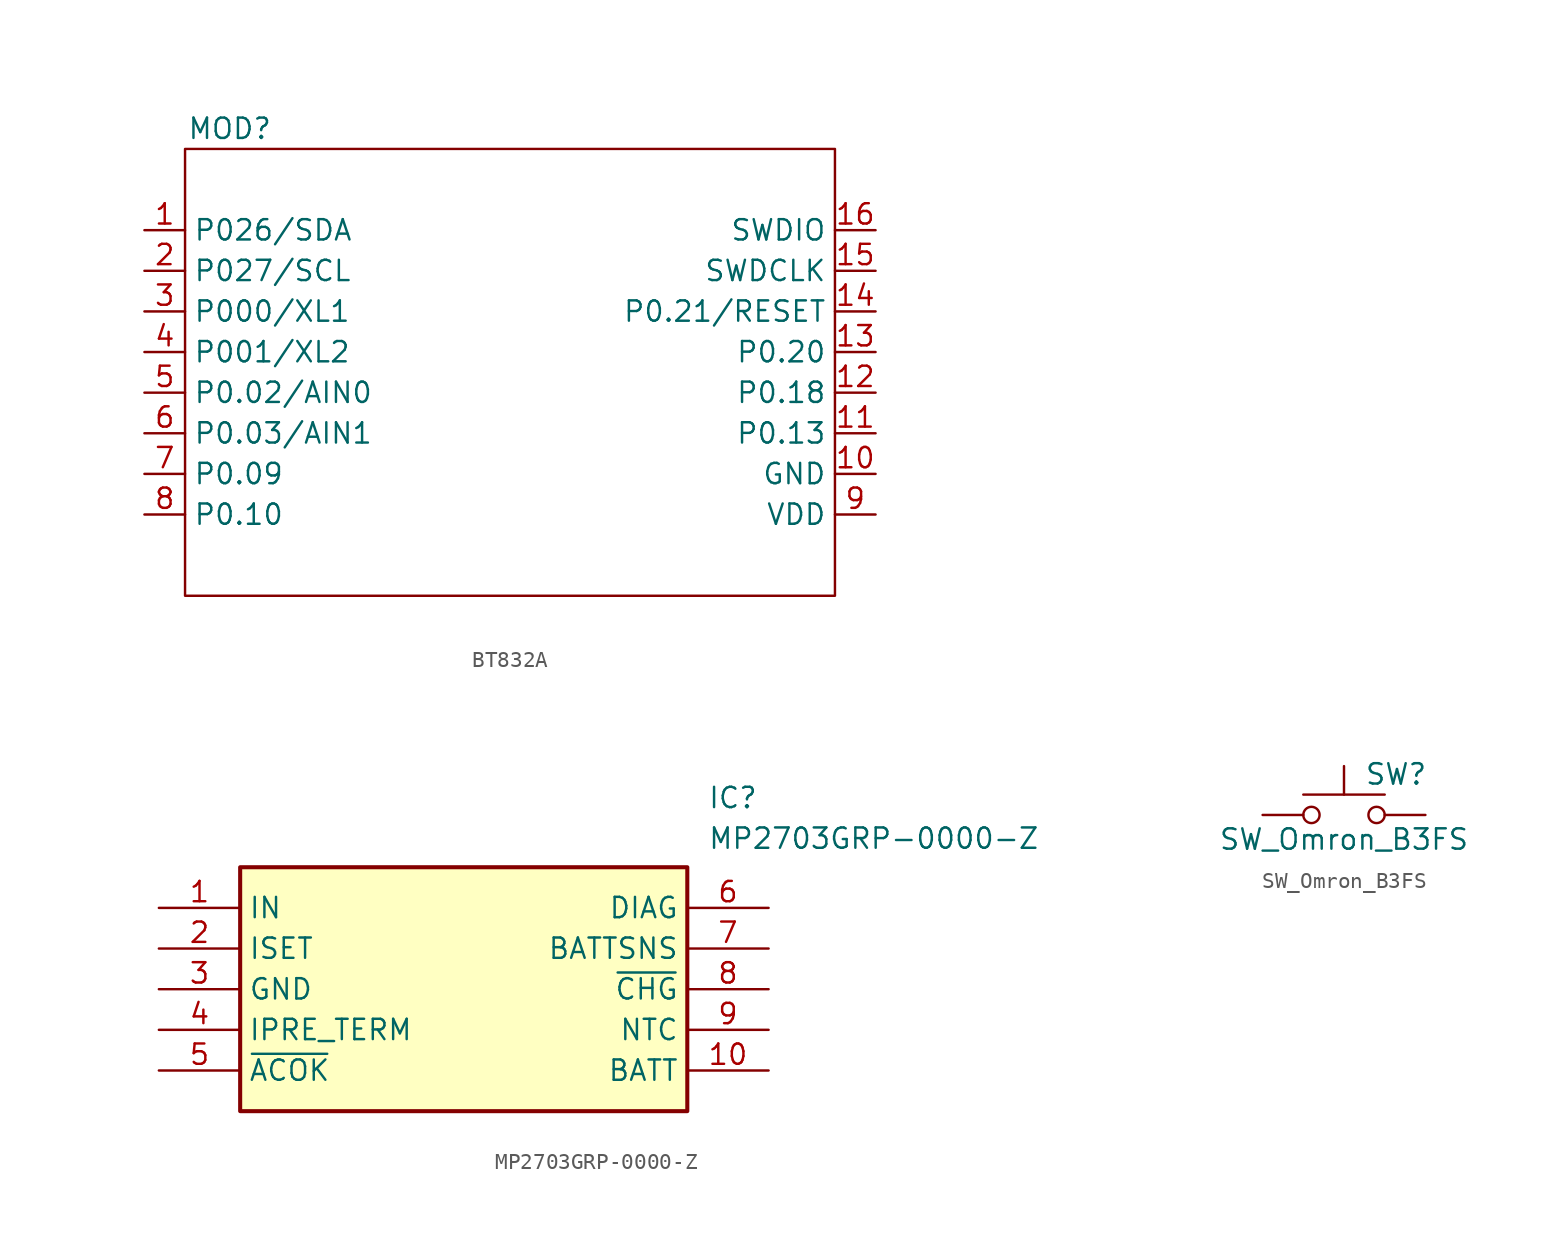
<source format=kicad_sym>
(kicad_symbol_lib
  (version 20241209)
  (generator "kicad_symbol_editor")
  (generator_version "9.0")
  (symbol "BT832A"
    (property "Reference" "MOD"
      (at 2.794 6.35 0)
      (effects (font (size 1.27 1.27))))
    (property "Value" ""
      (at 0 0 0)
      (effects (font (size 1.27 1.27))))
    (property "ki_locked" ""
      (at 0 0 0)
      (effects (font (size 1.27 1.27))))
    (symbol "BT832A_1_0"
      (pin bidirectional line (at -2.54 -2.54 0) (length 2.54) (name "P027/SCL" (effects (font (size 1.27 1.27)))) (number "2" (effects (font (size 1.27 1.27)))))
      (pin bidirectional line (at 43.18 -2.54 180) (length 2.54) (name "SWDCLK" (effects (font (size 1.27 1.27)))) (number "15" (effects (font (size 1.27 1.27))))))
    (symbol "BT832A_1_1"
      (rectangle (start 0 5.08) (end 40.64 -22.86) (stroke (width 0) (type default)) (fill (type none)))
      (pin bidirectional line (at -2.54 0 0) (length 2.54) (name "P026/SDA" (effects (font (size 1.27 1.27)))) (number "1" (effects (font (size 1.27 1.27)))))
      (pin input line (at -2.54 -5.08 0) (length 2.54) (name "P000/XL1" (effects (font (size 1.27 1.27)))) (number "3" (effects (font (size 1.27 1.27)))))
      (pin input line (at -2.54 -7.62 0) (length 2.54) (name "P001/XL2" (effects (font (size 1.27 1.27)))) (number "4" (effects (font (size 1.27 1.27)))))
      (pin input line (at -2.54 -10.16 0) (length 2.54) (name "P0.02/AIN0" (effects (font (size 1.27 1.27)))) (number "5" (effects (font (size 1.27 1.27)))))
      (pin input line (at -2.54 -12.7 0) (length 2.54) (name "P0.03/AIN1" (effects (font (size 1.27 1.27)))) (number "6" (effects (font (size 1.27 1.27)))))
      (pin input line (at -2.54 -15.24 0) (length 2.54) (name "P0.09" (effects (font (size 1.27 1.27)))) (number "7" (effects (font (size 1.27 1.27)))))
      (pin input line (at -2.54 -17.78 0) (length 2.54) (name "P0.10" (effects (font (size 1.27 1.27)))) (number "8" (effects (font (size 1.27 1.27)))))
      (pin bidirectional line (at 43.18 0 180) (length 2.54) (name "SWDIO" (effects (font (size 1.27 1.27)))) (number "16" (effects (font (size 1.27 1.27)))))
      (pin input line (at 43.18 -5.08 180) (length 2.54) (name "P0.21/RESET" (effects (font (size 1.27 1.27)))) (number "14" (effects (font (size 1.27 1.27)))))
      (pin input line (at 43.18 -7.62 180) (length 2.54) (name "P0.20" (effects (font (size 1.27 1.27)))) (number "13" (effects (font (size 1.27 1.27)))))
      (pin input line (at 43.18 -10.16 180) (length 2.54) (name "P0.18" (effects (font (size 1.27 1.27)))) (number "12" (effects (font (size 1.27 1.27)))))
      (pin input line (at 43.18 -12.7 180) (length 2.54) (name "P0.13" (effects (font (size 1.27 1.27)))) (number "11" (effects (font (size 1.27 1.27)))))
      (pin input line (at 43.18 -15.24 180) (length 2.54) (name "GND" (effects (font (size 1.27 1.27)))) (number "10" (effects (font (size 1.27 1.27)))))
      (pin input line (at 43.18 -17.78 180) (length 2.54) (name "VDD" (effects (font (size 1.27 1.27)))) (number "9" (effects (font (size 1.27 1.27)))))))
  (symbol "MP2703GRP-0000-Z"
    (property "Reference" "IC"
      (at 34.29 7.62 0)
      (effects (font (size 1.27 1.27)) (justify left top)))
    (property "Value" "MP2703GRP-0000-Z"
      (at 34.29 5.08 0)
      (effects (font (size 1.27 1.27)) (justify left top)))
    (symbol "MP2703GRP-0000-Z_1_1"
      (rectangle (start 5.08 2.54) (end 33.02 -12.7) (stroke (width 0.254) (type default)) (fill (type background)))
      (pin passive line (at 0 0 0) (length 5.08) (name "IN" (effects (font (size 1.27 1.27)))) (number "1" (effects (font (size 1.27 1.27)))))
      (pin passive line (at 0 -2.54 0) (length 5.08) (name "ISET" (effects (font (size 1.27 1.27)))) (number "2" (effects (font (size 1.27 1.27)))))
      (pin passive line (at 0 -5.08 0) (length 5.08) (name "GND" (effects (font (size 1.27 1.27)))) (number "3" (effects (font (size 1.27 1.27)))))
      (pin passive line (at 0 -7.62 0) (length 5.08) (name "IPRE_TERM" (effects (font (size 1.27 1.27)))) (number "4" (effects (font (size 1.27 1.27)))))
      (pin passive line (at 0 -10.16 0) (length 5.08) (name "~{ACOK}" (effects (font (size 1.27 1.27)))) (number "5" (effects (font (size 1.27 1.27)))))
      (pin passive line (at 38.1 0 180) (length 5.08) (name "DIAG" (effects (font (size 1.27 1.27)))) (number "6" (effects (font (size 1.27 1.27)))))
      (pin passive line (at 38.1 -2.54 180) (length 5.08) (name "BATTSNS" (effects (font (size 1.27 1.27)))) (number "7" (effects (font (size 1.27 1.27)))))
      (pin passive line (at 38.1 -5.08 180) (length 5.08) (name "~{CHG}" (effects (font (size 1.27 1.27)))) (number "8" (effects (font (size 1.27 1.27)))))
      (pin passive line (at 38.1 -7.62 180) (length 5.08) (name "NTC" (effects (font (size 1.27 1.27)))) (number "9" (effects (font (size 1.27 1.27)))))
      (pin passive line (at 38.1 -10.16 180) (length 5.08) (name "BATT" (effects (font (size 1.27 1.27)))) (number "10" (effects (font (size 1.27 1.27)))))))
  (symbol "SW_Omron_B3FS"
    (pin_numbers
      (hide yes))
    (pin_names
      (offset 1.016)
      (hide yes))
    (property "Reference" "SW"
      (at 1.27 2.54 0)
      (effects (font (size 1.27 1.27)) (justify left)))
    (property "Value" "SW_Omron_B3FS"
      (at 0 -1.524 0)
      (effects (font (size 1.27 1.27))))
    (symbol "SW_Omron_B3FS_0_1"
      (circle (center -2.032 0) (radius 0.508) (stroke (width 0) (type default)) (fill (type none)))
      (polyline (pts (xy 0 1.27) (xy 0 3.048)) (stroke (width 0) (type default)) (fill (type none)))
      (circle (center 2.032 0) (radius 0.508) (stroke (width 0) (type default)) (fill (type none)))
      (polyline (pts (xy 2.54 1.27) (xy -2.54 1.27)) (stroke (width 0) (type default)) (fill (type none)))
      (pin passive line (at -5.08 0 0) (length 2.54) (name "1" (effects (font (size 1.27 1.27)))) (number "1" (effects (font (size 1.27 1.27)))))
      (pin passive line (at 5.08 0 180) (length 2.54) (name "2" (effects (font (size 1.27 1.27)))) (number "2" (effects (font (size 1.27 1.27))))))))
</source>
